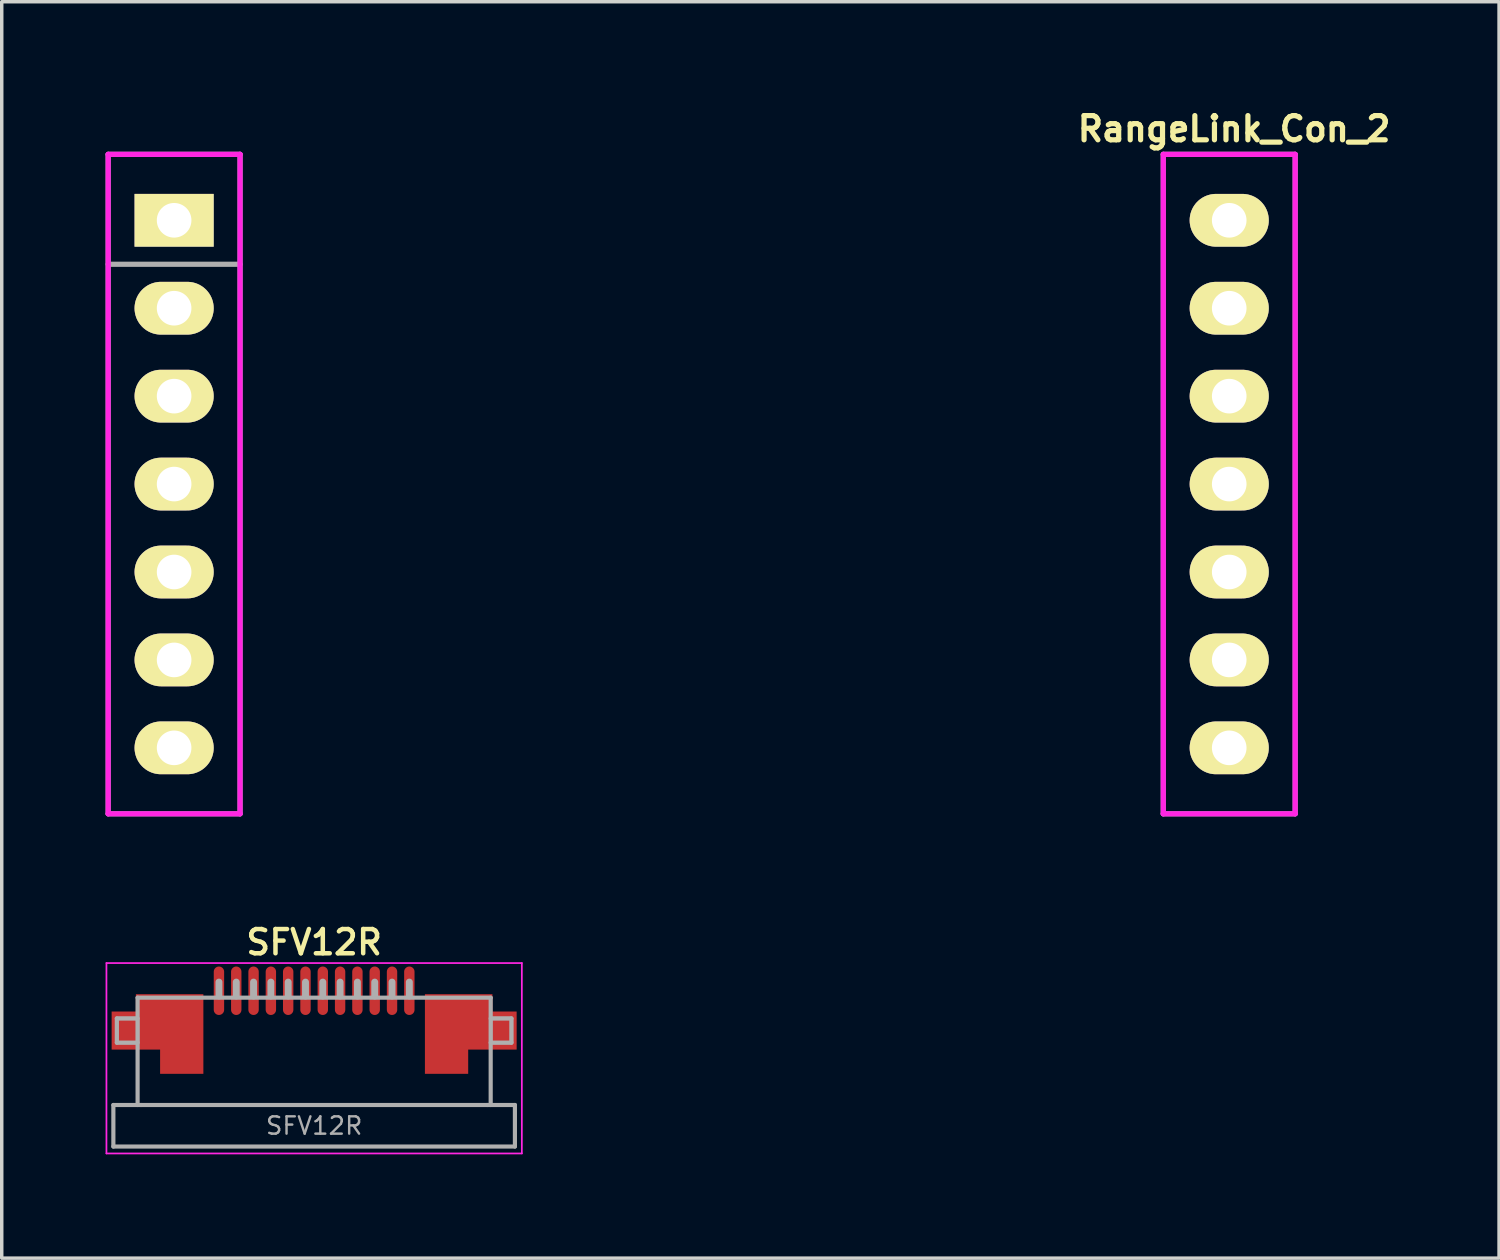
<source format=kicad_pcb>
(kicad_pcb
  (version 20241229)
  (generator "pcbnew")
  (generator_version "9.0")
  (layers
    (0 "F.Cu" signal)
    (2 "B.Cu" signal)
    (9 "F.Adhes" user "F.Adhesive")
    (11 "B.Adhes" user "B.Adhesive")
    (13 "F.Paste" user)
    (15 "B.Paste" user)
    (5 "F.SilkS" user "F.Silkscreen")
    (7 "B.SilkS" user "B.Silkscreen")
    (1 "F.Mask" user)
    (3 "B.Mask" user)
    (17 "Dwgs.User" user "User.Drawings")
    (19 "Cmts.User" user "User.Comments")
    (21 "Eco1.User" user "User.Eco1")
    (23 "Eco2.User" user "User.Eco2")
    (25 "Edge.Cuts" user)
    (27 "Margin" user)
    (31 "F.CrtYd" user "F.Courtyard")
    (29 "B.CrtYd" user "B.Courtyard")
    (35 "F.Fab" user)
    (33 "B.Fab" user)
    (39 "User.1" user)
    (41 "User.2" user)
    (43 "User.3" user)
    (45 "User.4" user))
  (footprint "SFV12R"
    (layer "F.Cu")
    (at 6.025 28.071)
    (property "Reference" "SFV12R" (at 0 -3.9 0) (layer "F.SilkS") (effects (font (size 0.7 0.7) (thickness 0.13))))
    (attr through_hole)
    (fp_line (start -6 -3.3) (end -6 2.2) (stroke (width 0.05) (type solid)) (layer "F.CrtYd"))
    (fp_line (start -6 2.2) (end 6 2.2) (stroke (width 0.05) (type solid)) (layer "F.CrtYd"))
    (fp_line (start 6 -3.3) (end -6 -3.3) (stroke (width 0.05) (type solid)) (layer "F.CrtYd"))
    (fp_line (start 6 2.2) (end 6 -3.3) (stroke (width 0.05) (type solid)) (layer "F.CrtYd"))
    (fp_line (start -5.8 2) (end -5.8 0.8) (stroke (width 0.12) (type solid)) (layer "F.Fab"))
    (fp_line (start -5.7 -1.7) (end -5.1 -1.7) (stroke (width 0.12) (type solid)) (layer "F.Fab"))
    (fp_line (start -5.7 -1) (end -5.7 -1.7) (stroke (width 0.12) (type solid)) (layer "F.Fab"))
    (fp_line (start -5.7 -1) (end -5.1 -1) (stroke (width 0.12) (type solid)) (layer "F.Fab"))
    (fp_line (start -5.1 -2.3) (end -5.1 0.8) (stroke (width 0.12) (type solid)) (layer "F.Fab"))
    (fp_line (start -5 0.8) (end -5.8 0.8) (stroke (width 0.12) (type solid)) (layer "F.Fab"))
    (fp_line (start -2.75 -2.35) (end -2.75 -2.75) (stroke (width 0.2) (type solid)) (layer "F.Fab"))
    (fp_line (start -2.25 -2.35) (end -2.25 -2.75) (stroke (width 0.2) (type solid)) (layer "F.Fab"))
    (fp_line (start -1.75 -2.35) (end -1.75 -2.75) (stroke (width 0.2) (type solid)) (layer "F.Fab"))
    (fp_line (start -1.25 -2.35) (end -1.25 -2.75) (stroke (width 0.2) (type solid)) (layer "F.Fab"))
    (fp_line (start -0.75 -2.35) (end -0.75 -2.75) (stroke (width 0.2) (type solid)) (layer "F.Fab"))
    (fp_line (start -0.25 -2.35) (end -0.25 -2.75) (stroke (width 0.2) (type solid)) (layer "F.Fab"))
    (fp_line (start 0.25 -2.35) (end 0.25 -2.75) (stroke (width 0.2) (type solid)) (layer "F.Fab"))
    (fp_line (start 0.75 -2.35) (end 0.75 -2.75) (stroke (width 0.2) (type solid)) (layer "F.Fab"))
    (fp_line (start 1.25 -2.35) (end 1.25 -2.75) (stroke (width 0.2) (type solid)) (layer "F.Fab"))
    (fp_line (start 1.75 -2.35) (end 1.75 -2.75) (stroke (width 0.2) (type solid)) (layer "F.Fab"))
    (fp_line (start 2.25 -2.35) (end 2.25 -2.75) (stroke (width 0.2) (type solid)) (layer "F.Fab"))
    (fp_line (start 2.75 -2.35) (end 2.75 -2.75) (stroke (width 0.2) (type solid)) (layer "F.Fab"))
    (fp_line (start 5 0.8) (end -5 0.8) (stroke (width 0.12) (type solid)) (layer "F.Fab"))
    (fp_line (start 5.1 -2.3) (end -5.1 -2.3) (stroke (width 0.12) (type solid)) (layer "F.Fab"))
    (fp_line (start 5.1 -1.7) (end 5.7 -1.7) (stroke (width 0.12) (type solid)) (layer "F.Fab"))
    (fp_line (start 5.1 -1) (end 5.7 -1) (stroke (width 0.12) (type solid)) (layer "F.Fab"))
    (fp_line (start 5.1 0.8) (end 5.1 -2.3) (stroke (width 0.12) (type solid)) (layer "F.Fab"))
    (fp_line (start 5.7 -1) (end 5.7 -1.7) (stroke (width 0.12) (type solid)) (layer "F.Fab"))
    (fp_line (start 5.8 0.8) (end 5 0.8) (stroke (width 0.12) (type solid)) (layer "F.Fab"))
    (fp_line (start 5.8 2) (end -5.8 2) (stroke (width 0.12) (type solid)) (layer "F.Fab"))
    (fp_line (start 5.8 2) (end 5.8 0.8) (stroke (width 0.12) (type solid)) (layer "F.Fab"))
    (fp_poly (pts (xy -5.7 -1.7) (xy -5.1 -1.7) (xy -5.1 -1) (xy -5.7 -1)) (stroke (width 0.1) (type solid)) (fill no) (layer "F.Fab"))
    (fp_poly (pts (xy 5.1 -1.7) (xy 5.7 -1.7) (xy 5.7 -1) (xy 5.1 -1)) (stroke (width 0.1) (type solid)) (fill no) (layer "F.Fab"))
    (fp_text user "${REFERENCE}" (at 0 1.4 0) (layer "F.Fab") (effects (font (size 0.5 0.5) (thickness 0.07))))
    (pad "0" smd custom (at -4.85 -1.4) (size 0.5 0.5) (layers "F.Cu" "F.Mask" "F.Paste") (options (anchor rect)) (primitives (gr_poly (pts (xy -1 -0.5) (xy -0.3 -0.5) (xy -0.3 -1) (xy 1.65 -1) (xy 1.65 1.3) (xy 0.4 1.3) (xy 0.4 0.6) (xy -1 0.6)) (width 0) (fill yes))))
    (pad "0" smd custom (at 4.85 -1.4) (size 0.5 0.5) (layers "F.Cu" "F.Mask" "F.Paste") (options (anchor rect)) (primitives (gr_poly (pts (xy 1 -0.5) (xy 0.3 -0.5) (xy 0.3 -1) (xy -1.65 -1) (xy -1.65 1.3) (xy -0.4 1.3) (xy -0.4 0.6) (xy 1 0.6)) (width 0) (fill yes))))
    (pad "1" smd oval (at 2.75 -2.5 180) (size 0.3 1.4) (layers "F.Cu" "F.Mask" "F.Paste"))
    (pad "2" smd oval (at 2.25 -2.5 180) (size 0.3 1.4) (layers "F.Cu" "F.Mask" "F.Paste"))
    (pad "3" smd oval (at 1.75 -2.5 180) (size 0.3 1.4) (layers "F.Cu" "F.Mask" "F.Paste"))
    (pad "4" smd oval (at 1.25 -2.5 180) (size 0.3 1.4) (layers "F.Cu" "F.Mask" "F.Paste"))
    (pad "5" smd oval (at 0.75 -2.5 180) (size 0.3 1.4) (layers "F.Cu" "F.Mask" "F.Paste"))
    (pad "6" smd oval (at 0.25 -2.5 180) (size 0.3 1.4) (layers "F.Cu" "F.Mask" "F.Paste"))
    (pad "7" smd oval (at -0.25 -2.5 180) (size 0.3 1.4) (layers "F.Cu" "F.Mask" "F.Paste"))
    (pad "8" smd oval (at -0.75 -2.5 180) (size 0.3 1.4) (layers "F.Cu" "F.Mask" "F.Paste"))
    (pad "9" smd oval (at -1.25 -2.5 180) (size 0.3 1.4) (layers "F.Cu" "F.Mask" "F.Paste"))
    (pad "10" smd oval (at -1.75 -2.5 180) (size 0.3 1.4) (layers "F.Cu" "F.Mask" "F.Paste"))
    (pad "11" smd oval (at -2.25 -2.5 180) (size 0.3 1.4) (layers "F.Cu" "F.Mask" "F.Paste"))
    (pad "12" smd oval (at -2.75 -2.5 180) (size 0.3 1.4) (layers "F.Cu" "F.Mask" "F.Paste")))
  (footprint "RangeLink_Con_2"
    (layer "F.Cu")
    (at 17.22 10.934)
    (property "Reference" "RangeLink_Con_2" (at 15.38 -10.261 0) (layer "F.SilkS") (effects (font (size 0.7 0.7) (thickness 0.15))))
    (attr through_hole)
    (fp_line (start -17.145 -9.525) (end -13.335 -9.525) (stroke (width 0.15) (type solid)) (layer "F.CrtYd"))
    (fp_line (start -17.145 9.525) (end -17.145 -9.525) (stroke (width 0.15) (type solid)) (layer "F.CrtYd"))
    (fp_line (start -13.335 -9.525) (end -13.335 9.525) (stroke (width 0.15) (type solid)) (layer "F.CrtYd"))
    (fp_line (start -13.335 9.525) (end -17.145 9.525) (stroke (width 0.15) (type solid)) (layer "F.CrtYd"))
    (fp_line (start 13.335 -9.525) (end 17.145 -9.525) (stroke (width 0.15) (type solid)) (layer "F.CrtYd"))
    (fp_line (start 13.335 9.525) (end 13.335 -9.525) (stroke (width 0.15) (type solid)) (layer "F.CrtYd"))
    (fp_line (start 17.145 -9.525) (end 17.145 9.525) (stroke (width 0.15) (type solid)) (layer "F.CrtYd"))
    (fp_line (start 17.145 9.525) (end 13.335 9.525) (stroke (width 0.15) (type solid)) (layer "F.CrtYd"))
    (fp_line (start -17.145 -9.525) (end -13.335 -9.525) (stroke (width 0.15) (type solid)) (layer "F.Fab"))
    (fp_line (start -17.145 9.525) (end -17.145 -9.525) (stroke (width 0.15) (type solid)) (layer "F.Fab"))
    (fp_line (start -13.335 -9.525) (end -13.335 9.525) (stroke (width 0.15) (type solid)) (layer "F.Fab"))
    (fp_line (start -13.335 -6.35) (end -17.145 -6.35) (stroke (width 0.15) (type solid)) (layer "F.Fab"))
    (fp_line (start -13.335 9.525) (end -17.145 9.525) (stroke (width 0.15) (type solid)) (layer "F.Fab"))
    (fp_line (start 13.335 -9.525) (end 17.145 -9.525) (stroke (width 0.15) (type solid)) (layer "F.Fab"))
    (fp_line (start 13.335 9.525) (end 13.335 -9.525) (stroke (width 0.15) (type solid)) (layer "F.Fab"))
    (fp_line (start 17.145 -9.525) (end 17.145 9.525) (stroke (width 0.15) (type solid)) (layer "F.Fab"))
    (fp_line (start 17.145 9.525) (end 13.335 9.525) (stroke (width 0.15) (type solid)) (layer "F.Fab"))
    (pad "1" thru_hole rect (at -15.24 -7.62 270) (size 1.524 2.286) (drill 1) (layers "*.Cu" "*.Mask" "F.SilkS"))
    (pad "2" thru_hole oval (at -15.24 -5.08 270) (size 1.524 2.286) (drill 1) (layers "*.Cu" "*.Mask" "F.SilkS"))
    (pad "3" thru_hole oval (at -15.24 -2.54 270) (size 1.524 2.286) (drill 1) (layers "*.Cu" "*.Mask" "F.SilkS"))
    (pad "4" thru_hole oval (at -15.24 0 270) (size 1.524 2.286) (drill 1) (layers "*.Cu" "*.Mask" "F.SilkS"))
    (pad "5" thru_hole oval (at -15.24 2.54 270) (size 1.524 2.286) (drill 1) (layers "*.Cu" "*.Mask" "F.SilkS"))
    (pad "6" thru_hole oval (at -15.24 5.08 270) (size 1.524 2.286) (drill 1) (layers "*.Cu" "*.Mask" "F.SilkS"))
    (pad "7" thru_hole oval (at -15.24 7.62 270) (size 1.524 2.286) (drill 1) (layers "*.Cu" "*.Mask" "F.SilkS"))
    (pad "8" thru_hole oval (at 15.24 7.62 270) (size 1.524 2.286) (drill 1) (layers "*.Cu" "*.Mask" "F.SilkS"))
    (pad "9" thru_hole oval (at 15.24 5.08 270) (size 1.524 2.286) (drill 1) (layers "*.Cu" "*.Mask" "F.SilkS"))
    (pad "10" thru_hole oval (at 15.24 2.54 270) (size 1.524 2.286) (drill 1) (layers "*.Cu" "*.Mask" "F.SilkS"))
    (pad "11" thru_hole oval (at 15.24 0 270) (size 1.524 2.286) (drill 1) (layers "*.Cu" "*.Mask" "F.SilkS"))
    (pad "12" thru_hole oval (at 15.24 -2.54 270) (size 1.524 2.286) (drill 1) (layers "*.Cu" "*.Mask" "F.SilkS"))
    (pad "13" thru_hole oval (at 15.24 -5.08 270) (size 1.524 2.286) (drill 1) (layers "*.Cu" "*.Mask" "F.SilkS"))
    (pad "14" thru_hole oval (at 15.24 -7.62 270) (size 1.524 2.286) (drill 1) (layers "*.Cu" "*.Mask" "F.SilkS")))
  (gr_rect
    (start -3 -3)
    (end 40.255 33.296)
    (stroke (width 0.1) (type default))
    (fill no)
    (layer "Edge.Cuts")))
</source>
